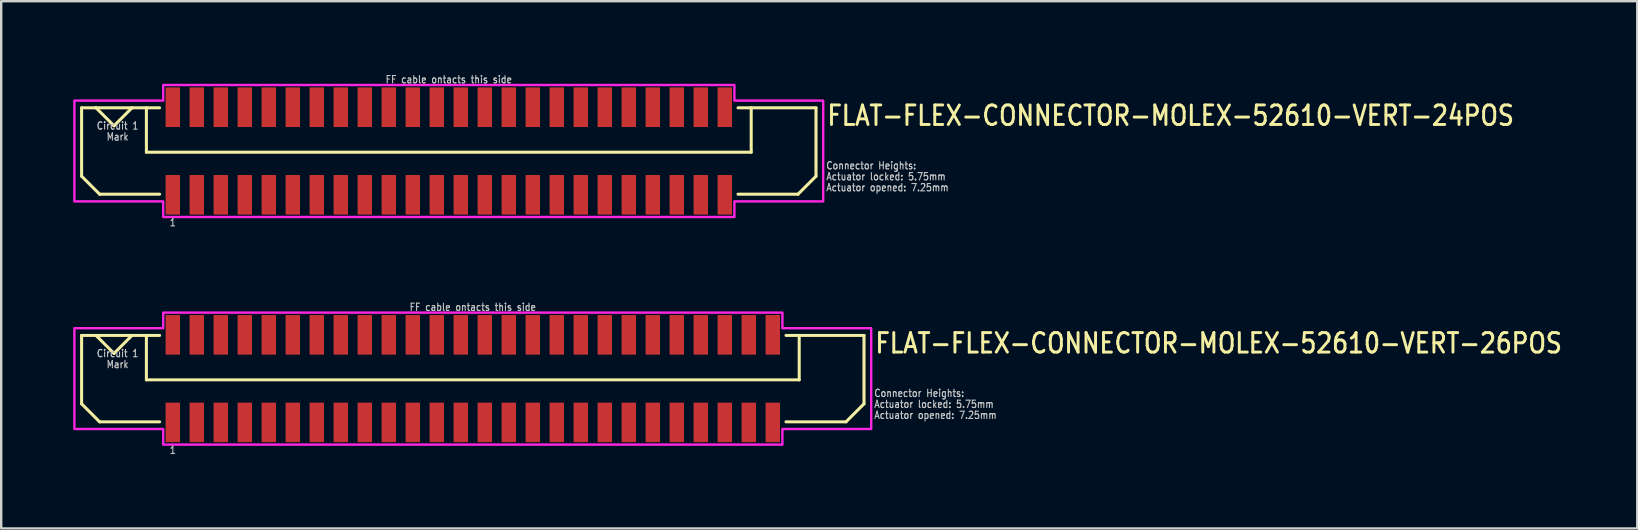
<source format=kicad_pcb>
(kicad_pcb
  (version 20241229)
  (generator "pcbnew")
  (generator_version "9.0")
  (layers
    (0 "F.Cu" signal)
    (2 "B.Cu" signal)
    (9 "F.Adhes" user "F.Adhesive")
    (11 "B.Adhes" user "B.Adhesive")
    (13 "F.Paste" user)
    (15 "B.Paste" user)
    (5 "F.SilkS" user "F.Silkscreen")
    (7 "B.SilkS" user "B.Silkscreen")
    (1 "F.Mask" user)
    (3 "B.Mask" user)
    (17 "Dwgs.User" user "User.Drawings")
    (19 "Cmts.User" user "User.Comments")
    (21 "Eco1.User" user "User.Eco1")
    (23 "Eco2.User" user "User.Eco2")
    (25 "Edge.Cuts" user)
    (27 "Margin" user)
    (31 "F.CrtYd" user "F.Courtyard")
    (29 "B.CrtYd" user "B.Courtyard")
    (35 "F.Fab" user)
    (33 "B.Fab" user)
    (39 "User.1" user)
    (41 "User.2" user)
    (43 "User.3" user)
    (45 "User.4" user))
  (footprint "FLAT-FLEX-CONNECTOR-MOLEX-52610-VERT-24POS"
    (layer "F.Cu")
    (at 15.65 3.242)
    (property "Reference" "FLAT-FLEX-CONNECTOR-MOLEX-52610-VERT-24POS" (at 15.7 -1 0) (unlocked yes) (layer "F.SilkS") (effects (font (size 0.813 0.695) (thickness 0.122)) (justify left bottom)))
    (fp_line (start -15.3 -1.8) (end -15.3 1.05) (stroke (width 0.127) (type solid)) (layer "F.SilkS"))
    (fp_line (start -15.3 1.05) (end -14.55 1.8) (stroke (width 0.127) (type solid)) (layer "F.SilkS"))
    (fp_line (start -14.7 -1.8) (end -15.3 -1.8) (stroke (width 0.127) (type solid)) (layer "F.SilkS"))
    (fp_line (start -14.7 -1.8) (end -13.95 -1.05) (stroke (width 0.127) (type solid)) (layer "F.SilkS"))
    (fp_line (start -14.55 1.8) (end -12.05 1.8) (stroke (width 0.127) (type solid)) (layer "F.SilkS"))
    (fp_line (start -13.95 -1.05) (end -13.2 -1.8) (stroke (width 0.127) (type solid)) (layer "F.SilkS"))
    (fp_line (start -13.2 -1.8) (end -14.7 -1.8) (stroke (width 0.127) (type solid)) (layer "F.SilkS"))
    (fp_line (start -12.6 -1.8) (end -13.2 -1.8) (stroke (width 0.127) (type solid)) (layer "F.SilkS"))
    (fp_line (start -12.6 -1.8) (end -12.6 0.05) (stroke (width 0.127) (type solid)) (layer "F.SilkS"))
    (fp_line (start -12.6 0.05) (end 12.6 0.05) (stroke (width 0.127) (type solid)) (layer "F.SilkS"))
    (fp_line (start -12.05 -1.8) (end -12.6 -1.8) (stroke (width 0.127) (type solid)) (layer "F.SilkS"))
    (fp_line (start 12.05 -1.8) (end 12.6 -1.8) (stroke (width 0.127) (type solid)) (layer "F.SilkS"))
    (fp_line (start 12.6 -1.8) (end 15.3 -1.8) (stroke (width 0.127) (type solid)) (layer "F.SilkS"))
    (fp_line (start 12.6 0.05) (end 12.6 -1.8) (stroke (width 0.127) (type solid)) (layer "F.SilkS"))
    (fp_line (start 14.55 1.8) (end 12.05 1.8) (stroke (width 0.127) (type solid)) (layer "F.SilkS"))
    (fp_line (start 15.3 -1.8) (end 15.3 1.05) (stroke (width 0.127) (type solid)) (layer "F.SilkS"))
    (fp_line (start 15.3 1.05) (end 14.55 1.8) (stroke (width 0.127) (type solid)) (layer "F.SilkS"))
    (fp_poly (pts (xy -15.6 -2.1) (xy -11.9 -2.1) (xy -11.9 -2.75) (xy 11.9 -2.75) (xy 11.9 -2.1) (xy 15.6 -2.1) (xy 15.6 2.1) (xy 11.9 2.1) (xy 11.9 2.75) (xy -11.9 2.75) (xy -11.9 2.1) (xy -15.6 2.1)) (stroke (width 0.1) (type solid)) (fill no) (layer "F.CrtYd"))
    (fp_text user "Connector Heights:" (at 15.7 0.786 0) (unlocked yes) (layer "Dwgs.User") (effects (font (size 0.305 0.261) (thickness 0.046)) (justify left bottom)))
    (fp_text user "1" (at -11.5 2.8 0) (unlocked yes) (layer "Dwgs.User") (effects (font (size 0.305 0.261) (thickness 0.046)) (justify top)))
    (fp_text user "FF cable ontacts this side" (at 0 -2.8 0) (unlocked yes) (layer "Dwgs.User") (effects (font (size 0.305 0.261) (thickness 0.046)) (justify bottom)))
    (fp_text user "Circuit 1" (at -13.8 -1.229 0) (unlocked yes) (layer "Dwgs.User") (effects (font (size 0.305 0.261) (thickness 0.046)) (justify top)))
    (fp_text user "Mark" (at -13.8 -0.771 0) (unlocked yes) (layer "Dwgs.User") (effects (font (size 0.305 0.261) (thickness 0.046)) (justify top)))
    (fp_text user "Actuator locked: 5.75mm" (at 15.7 1.243 0) (unlocked yes) (layer "Dwgs.User") (effects (font (size 0.305 0.261) (thickness 0.046)) (justify left bottom)))
    (fp_text user "Actuator opened: 7.25mm" (at 15.7 1.7 0) (unlocked yes) (layer "Dwgs.User") (effects (font (size 0.305 0.261) (thickness 0.046)) (justify left bottom)))
    (pad "PC1" smd rect (at -11.5 -1.825) (size 0.6 1.65) (layers "F.Cu" "F.Mask" "F.Paste"))
    (pad "PC2" smd rect (at -10.5 -1.825) (size 0.6 1.65) (layers "F.Cu" "F.Mask" "F.Paste"))
    (pad "PC3" smd rect (at -9.5 -1.825) (size 0.6 1.65) (layers "F.Cu" "F.Mask" "F.Paste"))
    (pad "PC4" smd rect (at -8.5 -1.825) (size 0.6 1.65) (layers "F.Cu" "F.Mask" "F.Paste"))
    (pad "PC5" smd rect (at -7.5 -1.825) (size 0.6 1.65) (layers "F.Cu" "F.Mask" "F.Paste"))
    (pad "PC6" smd rect (at -6.5 -1.825) (size 0.6 1.65) (layers "F.Cu" "F.Mask" "F.Paste"))
    (pad "PC7" smd rect (at -5.5 -1.825) (size 0.6 1.65) (layers "F.Cu" "F.Mask" "F.Paste"))
    (pad "PC8" smd rect (at -4.5 -1.825) (size 0.6 1.65) (layers "F.Cu" "F.Mask" "F.Paste"))
    (pad "PC9" smd rect (at -3.5 -1.825) (size 0.6 1.65) (layers "F.Cu" "F.Mask" "F.Paste"))
    (pad "PC10" smd rect (at -2.5 -1.825) (size 0.6 1.65) (layers "F.Cu" "F.Mask" "F.Paste"))
    (pad "PC11" smd rect (at -1.5 -1.825) (size 0.6 1.65) (layers "F.Cu" "F.Mask" "F.Paste"))
    (pad "PC12" smd rect (at -0.5 -1.825) (size 0.6 1.65) (layers "F.Cu" "F.Mask" "F.Paste"))
    (pad "PC13" smd rect (at 0.5 -1.825) (size 0.6 1.65) (layers "F.Cu" "F.Mask" "F.Paste"))
    (pad "PC14" smd rect (at 1.5 -1.825) (size 0.6 1.65) (layers "F.Cu" "F.Mask" "F.Paste"))
    (pad "PC15" smd rect (at 2.5 -1.825) (size 0.6 1.65) (layers "F.Cu" "F.Mask" "F.Paste"))
    (pad "PC16" smd rect (at 3.5 -1.825) (size 0.6 1.65) (layers "F.Cu" "F.Mask" "F.Paste"))
    (pad "PC17" smd rect (at 4.5 -1.825) (size 0.6 1.65) (layers "F.Cu" "F.Mask" "F.Paste"))
    (pad "PC18" smd rect (at 5.5 -1.825) (size 0.6 1.65) (layers "F.Cu" "F.Mask" "F.Paste"))
    (pad "PC19" smd rect (at 6.5 -1.825) (size 0.6 1.65) (layers "F.Cu" "F.Mask" "F.Paste"))
    (pad "PC20" smd rect (at 7.5 -1.825) (size 0.6 1.65) (layers "F.Cu" "F.Mask" "F.Paste"))
    (pad "PC21" smd rect (at 8.5 -1.825) (size 0.6 1.65) (layers "F.Cu" "F.Mask" "F.Paste"))
    (pad "PC22" smd rect (at 9.5 -1.825) (size 0.6 1.65) (layers "F.Cu" "F.Mask" "F.Paste"))
    (pad "PC23" smd rect (at 10.5 -1.825) (size 0.6 1.65) (layers "F.Cu" "F.Mask" "F.Paste"))
    (pad "PC24" smd rect (at 11.5 -1.825) (size 0.6 1.65) (layers "F.Cu" "F.Mask" "F.Paste"))
    (pad "PS1" smd rect (at -11.5 1.825) (size 0.6 1.65) (layers "F.Cu" "F.Mask" "F.Paste"))
    (pad "PS2" smd rect (at -10.5 1.825) (size 0.6 1.65) (layers "F.Cu" "F.Mask" "F.Paste"))
    (pad "PS3" smd rect (at -9.5 1.825) (size 0.6 1.65) (layers "F.Cu" "F.Mask" "F.Paste"))
    (pad "PS4" smd rect (at -8.5 1.825) (size 0.6 1.65) (layers "F.Cu" "F.Mask" "F.Paste"))
    (pad "PS5" smd rect (at -7.5 1.825) (size 0.6 1.65) (layers "F.Cu" "F.Mask" "F.Paste"))
    (pad "PS6" smd rect (at -6.5 1.825) (size 0.6 1.65) (layers "F.Cu" "F.Mask" "F.Paste"))
    (pad "PS7" smd rect (at -5.5 1.825) (size 0.6 1.65) (layers "F.Cu" "F.Mask" "F.Paste"))
    (pad "PS8" smd rect (at -4.5 1.825) (size 0.6 1.65) (layers "F.Cu" "F.Mask" "F.Paste"))
    (pad "PS9" smd rect (at -3.5 1.825) (size 0.6 1.65) (layers "F.Cu" "F.Mask" "F.Paste"))
    (pad "PS10" smd rect (at -2.5 1.825) (size 0.6 1.65) (layers "F.Cu" "F.Mask" "F.Paste"))
    (pad "PS11" smd rect (at -1.5 1.825) (size 0.6 1.65) (layers "F.Cu" "F.Mask" "F.Paste"))
    (pad "PS12" smd rect (at -0.5 1.825) (size 0.6 1.65) (layers "F.Cu" "F.Mask" "F.Paste"))
    (pad "PS13" smd rect (at 0.5 1.825) (size 0.6 1.65) (layers "F.Cu" "F.Mask" "F.Paste"))
    (pad "PS14" smd rect (at 1.5 1.825) (size 0.6 1.65) (layers "F.Cu" "F.Mask" "F.Paste"))
    (pad "PS15" smd rect (at 2.5 1.825) (size 0.6 1.65) (layers "F.Cu" "F.Mask" "F.Paste"))
    (pad "PS16" smd rect (at 3.5 1.825) (size 0.6 1.65) (layers "F.Cu" "F.Mask" "F.Paste"))
    (pad "PS17" smd rect (at 4.5 1.825) (size 0.6 1.65) (layers "F.Cu" "F.Mask" "F.Paste"))
    (pad "PS18" smd rect (at 5.5 1.825) (size 0.6 1.65) (layers "F.Cu" "F.Mask" "F.Paste"))
    (pad "PS19" smd rect (at 6.5 1.825) (size 0.6 1.65) (layers "F.Cu" "F.Mask" "F.Paste"))
    (pad "PS20" smd rect (at 7.5 1.825) (size 0.6 1.65) (layers "F.Cu" "F.Mask" "F.Paste"))
    (pad "PS21" smd rect (at 8.5 1.825) (size 0.6 1.65) (layers "F.Cu" "F.Mask" "F.Paste"))
    (pad "PS22" smd rect (at 9.5 1.825) (size 0.6 1.65) (layers "F.Cu" "F.Mask" "F.Paste"))
    (pad "PS23" smd rect (at 10.5 1.825) (size 0.6 1.65) (layers "F.Cu" "F.Mask" "F.Paste"))
    (pad "PS24" smd rect (at 11.5 1.825) (size 0.6 1.65) (layers "F.Cu" "F.Mask" "F.Paste")))
  (footprint "FLAT-FLEX-CONNECTOR-MOLEX-52610-VERT-26POS"
    (layer "F.Cu")
    (at 16.65 12.726)
    (property "Reference" "FLAT-FLEX-CONNECTOR-MOLEX-52610-VERT-26POS" (at 16.7 -1 0) (unlocked yes) (layer "F.SilkS") (effects (font (size 0.813 0.695) (thickness 0.122)) (justify left bottom)))
    (fp_line (start -16.3 -1.8) (end -16.3 1.05) (stroke (width 0.127) (type solid)) (layer "F.SilkS"))
    (fp_line (start -16.3 1.05) (end -15.55 1.8) (stroke (width 0.127) (type solid)) (layer "F.SilkS"))
    (fp_line (start -15.7 -1.8) (end -16.3 -1.8) (stroke (width 0.127) (type solid)) (layer "F.SilkS"))
    (fp_line (start -15.7 -1.8) (end -14.95 -1.05) (stroke (width 0.127) (type solid)) (layer "F.SilkS"))
    (fp_line (start -15.55 1.8) (end -13.05 1.8) (stroke (width 0.127) (type solid)) (layer "F.SilkS"))
    (fp_line (start -14.95 -1.05) (end -14.2 -1.8) (stroke (width 0.127) (type solid)) (layer "F.SilkS"))
    (fp_line (start -14.2 -1.8) (end -15.7 -1.8) (stroke (width 0.127) (type solid)) (layer "F.SilkS"))
    (fp_line (start -13.6 -1.8) (end -14.2 -1.8) (stroke (width 0.127) (type solid)) (layer "F.SilkS"))
    (fp_line (start -13.6 -1.8) (end -13.6 0.05) (stroke (width 0.127) (type solid)) (layer "F.SilkS"))
    (fp_line (start -13.6 0.05) (end 13.6 0.05) (stroke (width 0.127) (type solid)) (layer "F.SilkS"))
    (fp_line (start -13.05 -1.8) (end -13.6 -1.8) (stroke (width 0.127) (type solid)) (layer "F.SilkS"))
    (fp_line (start 13.05 -1.8) (end 13.6 -1.8) (stroke (width 0.127) (type solid)) (layer "F.SilkS"))
    (fp_line (start 13.6 -1.8) (end 16.3 -1.8) (stroke (width 0.127) (type solid)) (layer "F.SilkS"))
    (fp_line (start 13.6 0.05) (end 13.6 -1.8) (stroke (width 0.127) (type solid)) (layer "F.SilkS"))
    (fp_line (start 15.55 1.8) (end 13.05 1.8) (stroke (width 0.127) (type solid)) (layer "F.SilkS"))
    (fp_line (start 16.3 -1.8) (end 16.3 1.05) (stroke (width 0.127) (type solid)) (layer "F.SilkS"))
    (fp_line (start 16.3 1.05) (end 15.55 1.8) (stroke (width 0.127) (type solid)) (layer "F.SilkS"))
    (fp_poly (pts (xy -16.6 -2.1) (xy -12.9 -2.1) (xy -12.9 -2.75) (xy 12.9 -2.75) (xy 12.9 -2.1) (xy 16.6 -2.1) (xy 16.6 2.1) (xy 12.9 2.1) (xy 12.9 2.75) (xy -12.9 2.75) (xy -12.9 2.1) (xy -16.6 2.1)) (stroke (width 0.1) (type solid)) (fill no) (layer "F.CrtYd"))
    (fp_text user "Actuator opened: 7.25mm" (at 16.7 1.7 0) (unlocked yes) (layer "Dwgs.User") (effects (font (size 0.305 0.261) (thickness 0.046)) (justify left bottom)))
    (fp_text user "FF cable ontacts this side" (at 0 -2.8 0) (unlocked yes) (layer "Dwgs.User") (effects (font (size 0.305 0.261) (thickness 0.046)) (justify bottom)))
    (fp_text user "Circuit 1" (at -14.8 -1.229 0) (unlocked yes) (layer "Dwgs.User") (effects (font (size 0.305 0.261) (thickness 0.046)) (justify top)))
    (fp_text user "Actuator locked: 5.75mm" (at 16.7 1.243 0) (unlocked yes) (layer "Dwgs.User") (effects (font (size 0.305 0.261) (thickness 0.046)) (justify left bottom)))
    (fp_text user "1" (at -12.5 2.8 0) (unlocked yes) (layer "Dwgs.User") (effects (font (size 0.305 0.261) (thickness 0.046)) (justify top)))
    (fp_text user "Mark" (at -14.8 -0.771 0) (unlocked yes) (layer "Dwgs.User") (effects (font (size 0.305 0.261) (thickness 0.046)) (justify top)))
    (fp_text user "Connector Heights:" (at 16.7 0.786 0) (unlocked yes) (layer "Dwgs.User") (effects (font (size 0.305 0.261) (thickness 0.046)) (justify left bottom)))
    (pad "PC1" smd rect (at -12.5 -1.825) (size 0.6 1.65) (layers "F.Cu" "F.Mask" "F.Paste"))
    (pad "PC2" smd rect (at -11.5 -1.825) (size 0.6 1.65) (layers "F.Cu" "F.Mask" "F.Paste"))
    (pad "PC3" smd rect (at -10.5 -1.825) (size 0.6 1.65) (layers "F.Cu" "F.Mask" "F.Paste"))
    (pad "PC4" smd rect (at -9.5 -1.825) (size 0.6 1.65) (layers "F.Cu" "F.Mask" "F.Paste"))
    (pad "PC5" smd rect (at -8.5 -1.825) (size 0.6 1.65) (layers "F.Cu" "F.Mask" "F.Paste"))
    (pad "PC6" smd rect (at -7.5 -1.825) (size 0.6 1.65) (layers "F.Cu" "F.Mask" "F.Paste"))
    (pad "PC7" smd rect (at -6.5 -1.825) (size 0.6 1.65) (layers "F.Cu" "F.Mask" "F.Paste"))
    (pad "PC8" smd rect (at -5.5 -1.825) (size 0.6 1.65) (layers "F.Cu" "F.Mask" "F.Paste"))
    (pad "PC9" smd rect (at -4.5 -1.825) (size 0.6 1.65) (layers "F.Cu" "F.Mask" "F.Paste"))
    (pad "PC10" smd rect (at -3.5 -1.825) (size 0.6 1.65) (layers "F.Cu" "F.Mask" "F.Paste"))
    (pad "PC11" smd rect (at -2.5 -1.825) (size 0.6 1.65) (layers "F.Cu" "F.Mask" "F.Paste"))
    (pad "PC12" smd rect (at -1.5 -1.825) (size 0.6 1.65) (layers "F.Cu" "F.Mask" "F.Paste"))
    (pad "PC13" smd rect (at -0.5 -1.825) (size 0.6 1.65) (layers "F.Cu" "F.Mask" "F.Paste"))
    (pad "PC14" smd rect (at 0.5 -1.825) (size 0.6 1.65) (layers "F.Cu" "F.Mask" "F.Paste"))
    (pad "PC15" smd rect (at 1.5 -1.825) (size 0.6 1.65) (layers "F.Cu" "F.Mask" "F.Paste"))
    (pad "PC16" smd rect (at 2.5 -1.825) (size 0.6 1.65) (layers "F.Cu" "F.Mask" "F.Paste"))
    (pad "PC17" smd rect (at 3.5 -1.825) (size 0.6 1.65) (layers "F.Cu" "F.Mask" "F.Paste"))
    (pad "PC18" smd rect (at 4.5 -1.825) (size 0.6 1.65) (layers "F.Cu" "F.Mask" "F.Paste"))
    (pad "PC19" smd rect (at 5.5 -1.825) (size 0.6 1.65) (layers "F.Cu" "F.Mask" "F.Paste"))
    (pad "PC20" smd rect (at 6.5 -1.825) (size 0.6 1.65) (layers "F.Cu" "F.Mask" "F.Paste"))
    (pad "PC21" smd rect (at 7.5 -1.825) (size 0.6 1.65) (layers "F.Cu" "F.Mask" "F.Paste"))
    (pad "PC22" smd rect (at 8.5 -1.825) (size 0.6 1.65) (layers "F.Cu" "F.Mask" "F.Paste"))
    (pad "PC23" smd rect (at 9.5 -1.825) (size 0.6 1.65) (layers "F.Cu" "F.Mask" "F.Paste"))
    (pad "PC24" smd rect (at 10.5 -1.825) (size 0.6 1.65) (layers "F.Cu" "F.Mask" "F.Paste"))
    (pad "PC25" smd rect (at 11.5 -1.825) (size 0.6 1.65) (layers "F.Cu" "F.Mask" "F.Paste"))
    (pad "PC26" smd rect (at 12.5 -1.825) (size 0.6 1.65) (layers "F.Cu" "F.Mask" "F.Paste"))
    (pad "PS1" smd rect (at -12.5 1.825) (size 0.6 1.65) (layers "F.Cu" "F.Mask" "F.Paste"))
    (pad "PS2" smd rect (at -11.5 1.825) (size 0.6 1.65) (layers "F.Cu" "F.Mask" "F.Paste"))
    (pad "PS3" smd rect (at -10.5 1.825) (size 0.6 1.65) (layers "F.Cu" "F.Mask" "F.Paste"))
    (pad "PS4" smd rect (at -9.5 1.825) (size 0.6 1.65) (layers "F.Cu" "F.Mask" "F.Paste"))
    (pad "PS5" smd rect (at -8.5 1.825) (size 0.6 1.65) (layers "F.Cu" "F.Mask" "F.Paste"))
    (pad "PS6" smd rect (at -7.5 1.825) (size 0.6 1.65) (layers "F.Cu" "F.Mask" "F.Paste"))
    (pad "PS7" smd rect (at -6.5 1.825) (size 0.6 1.65) (layers "F.Cu" "F.Mask" "F.Paste"))
    (pad "PS8" smd rect (at -5.5 1.825) (size 0.6 1.65) (layers "F.Cu" "F.Mask" "F.Paste"))
    (pad "PS9" smd rect (at -4.5 1.825) (size 0.6 1.65) (layers "F.Cu" "F.Mask" "F.Paste"))
    (pad "PS10" smd rect (at -3.5 1.825) (size 0.6 1.65) (layers "F.Cu" "F.Mask" "F.Paste"))
    (pad "PS11" smd rect (at -2.5 1.825) (size 0.6 1.65) (layers "F.Cu" "F.Mask" "F.Paste"))
    (pad "PS12" smd rect (at -1.5 1.825) (size 0.6 1.65) (layers "F.Cu" "F.Mask" "F.Paste"))
    (pad "PS13" smd rect (at -0.5 1.825) (size 0.6 1.65) (layers "F.Cu" "F.Mask" "F.Paste"))
    (pad "PS14" smd rect (at 0.5 1.825) (size 0.6 1.65) (layers "F.Cu" "F.Mask" "F.Paste"))
    (pad "PS15" smd rect (at 1.5 1.825) (size 0.6 1.65) (layers "F.Cu" "F.Mask" "F.Paste"))
    (pad "PS16" smd rect (at 2.5 1.825) (size 0.6 1.65) (layers "F.Cu" "F.Mask" "F.Paste"))
    (pad "PS17" smd rect (at 3.5 1.825) (size 0.6 1.65) (layers "F.Cu" "F.Mask" "F.Paste"))
    (pad "PS18" smd rect (at 4.5 1.825) (size 0.6 1.65) (layers "F.Cu" "F.Mask" "F.Paste"))
    (pad "PS19" smd rect (at 5.5 1.825) (size 0.6 1.65) (layers "F.Cu" "F.Mask" "F.Paste"))
    (pad "PS20" smd rect (at 6.5 1.825) (size 0.6 1.65) (layers "F.Cu" "F.Mask" "F.Paste"))
    (pad "PS21" smd rect (at 7.5 1.825) (size 0.6 1.65) (layers "F.Cu" "F.Mask" "F.Paste"))
    (pad "PS22" smd rect (at 8.5 1.825) (size 0.6 1.65) (layers "F.Cu" "F.Mask" "F.Paste"))
    (pad "PS23" smd rect (at 9.5 1.825) (size 0.6 1.65) (layers "F.Cu" "F.Mask" "F.Paste"))
    (pad "PS24" smd rect (at 10.5 1.825) (size 0.6 1.65) (layers "F.Cu" "F.Mask" "F.Paste"))
    (pad "PS25" smd rect (at 11.5 1.825) (size 0.6 1.65) (layers "F.Cu" "F.Mask" "F.Paste"))
    (pad "PS26" smd rect (at 12.5 1.825) (size 0.6 1.65) (layers "F.Cu" "F.Mask" "F.Paste")))
  (gr_rect
    (start -3 -3)
    (end 65.169 18.968)
    (stroke (width 0.1) (type default))
    (fill no)
    (layer "Edge.Cuts")))
</source>
